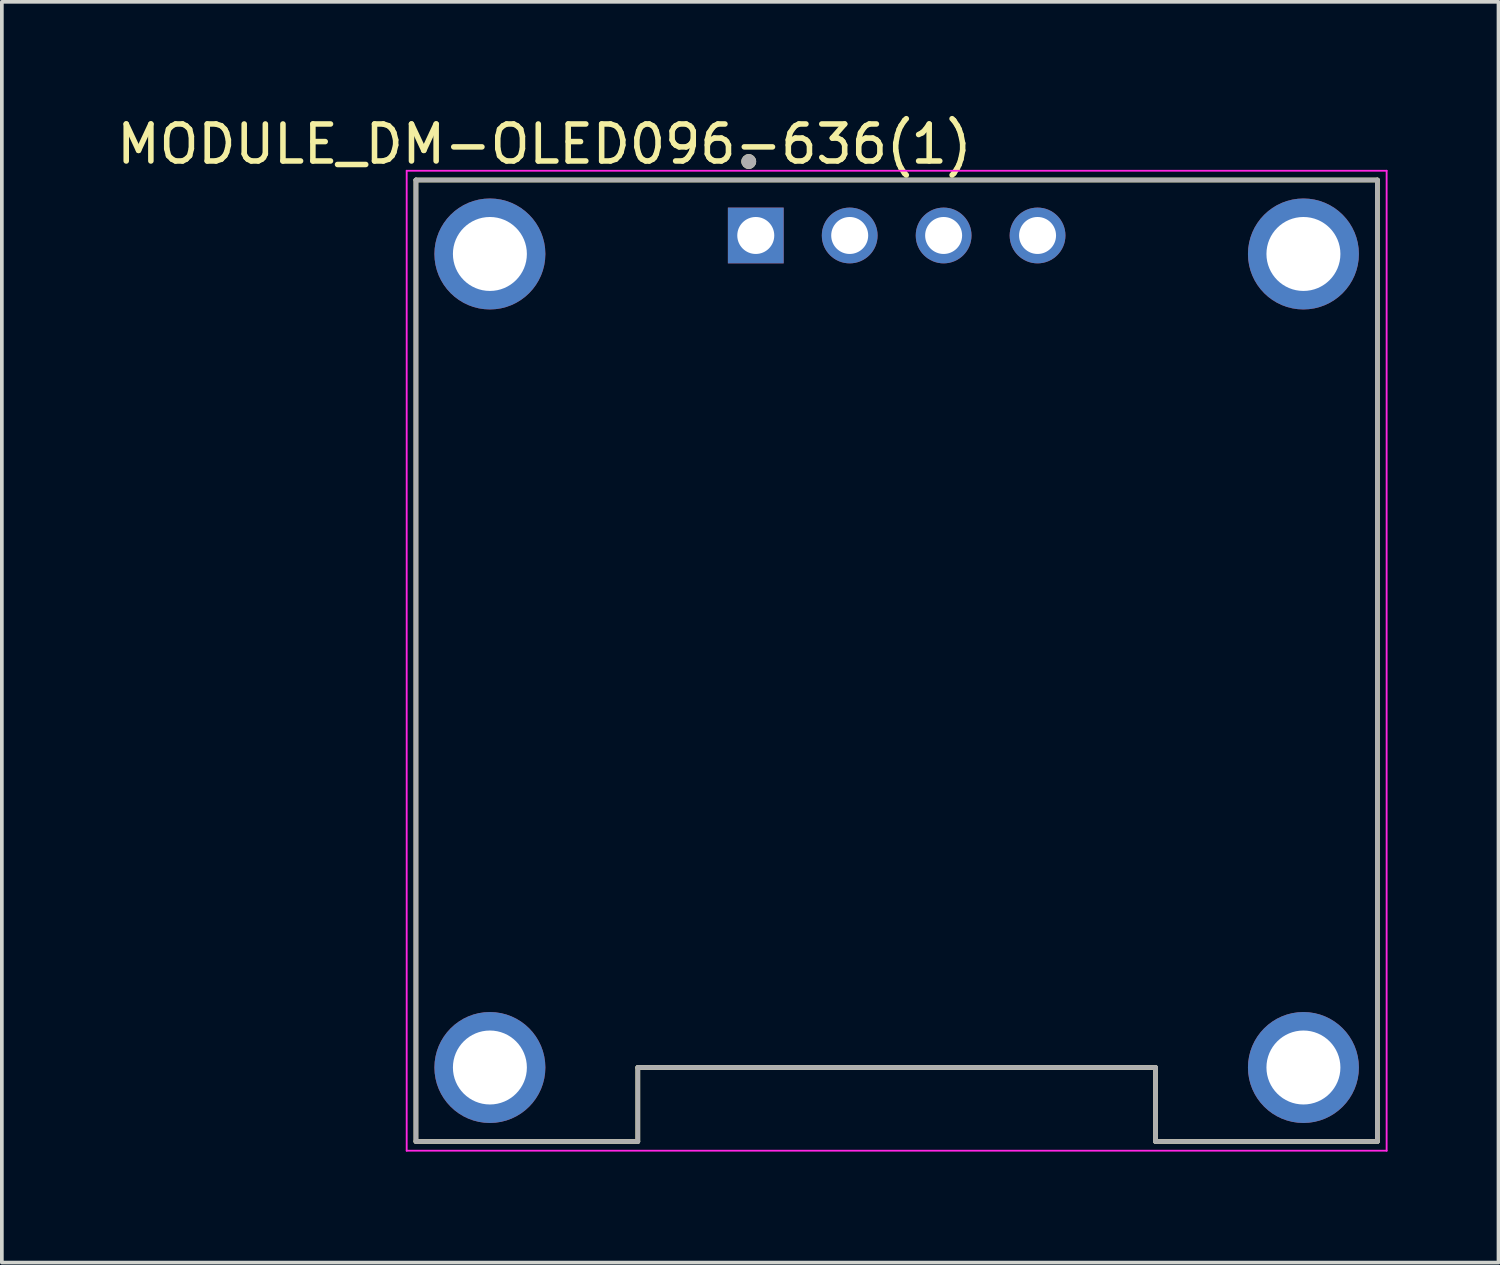
<source format=kicad_pcb>
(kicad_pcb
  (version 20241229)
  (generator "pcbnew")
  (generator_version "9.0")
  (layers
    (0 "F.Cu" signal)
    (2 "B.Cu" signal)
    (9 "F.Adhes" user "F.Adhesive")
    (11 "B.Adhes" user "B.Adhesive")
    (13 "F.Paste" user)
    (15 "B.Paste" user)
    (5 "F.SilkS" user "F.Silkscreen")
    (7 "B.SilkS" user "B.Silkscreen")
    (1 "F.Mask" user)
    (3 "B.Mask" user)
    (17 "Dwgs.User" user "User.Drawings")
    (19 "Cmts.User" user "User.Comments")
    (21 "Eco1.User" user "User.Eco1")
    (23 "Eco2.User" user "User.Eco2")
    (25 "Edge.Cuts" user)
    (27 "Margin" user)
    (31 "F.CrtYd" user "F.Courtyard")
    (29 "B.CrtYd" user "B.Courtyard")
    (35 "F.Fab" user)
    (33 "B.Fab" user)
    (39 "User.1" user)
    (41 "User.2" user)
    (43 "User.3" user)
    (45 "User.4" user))
  (footprint "MODULE_DM-OLED096-636(1)"
    (layer "F.Cu")
    (at 21.198 14.818)
    (property "Reference" "MODULE_DM-OLED096-636(1)" (at -9.525 -13.97 0) (layer "F.SilkS") (effects (font (size 1 1) (thickness 0.15))))
    (attr through_hole)
    (fp_line (start -13 -13) (end 13 -13) (stroke (width 0.127) (type solid)) (layer "F.SilkS"))
    (fp_line (start -13 13) (end -13 -13) (stroke (width 0.127) (type solid)) (layer "F.SilkS"))
    (fp_line (start -7 11) (end -7 13) (stroke (width 0.127) (type solid)) (layer "F.SilkS"))
    (fp_line (start -7 13) (end -13 13) (stroke (width 0.127) (type solid)) (layer "F.SilkS"))
    (fp_line (start 7 11) (end -7 11) (stroke (width 0.127) (type solid)) (layer "F.SilkS"))
    (fp_line (start 7 13) (end 7 11) (stroke (width 0.127) (type solid)) (layer "F.SilkS"))
    (fp_line (start 13 -13) (end 13 13) (stroke (width 0.127) (type solid)) (layer "F.SilkS"))
    (fp_line (start 13 13) (end 7 13) (stroke (width 0.127) (type solid)) (layer "F.SilkS"))
    (fp_circle (center -4 -13.5) (end -3.9 -13.5) (stroke (width 0.2) (type solid)) (fill no) (layer "F.SilkS"))
    (fp_line (start -13.25 -13.25) (end 13.25 -13.25) (stroke (width 0.05) (type solid)) (layer "F.CrtYd"))
    (fp_line (start -13.25 13.25) (end -13.25 -13.25) (stroke (width 0.05) (type solid)) (layer "F.CrtYd"))
    (fp_line (start 13.25 -13.25) (end 13.25 13.25) (stroke (width 0.05) (type solid)) (layer "F.CrtYd"))
    (fp_line (start 13.25 13.25) (end -13.25 13.25) (stroke (width 0.05) (type solid)) (layer "F.CrtYd"))
    (fp_line (start -13 -13) (end 13 -13) (stroke (width 0.127) (type solid)) (layer "F.Fab"))
    (fp_line (start -13 13) (end -13 -13) (stroke (width 0.127) (type solid)) (layer "F.Fab"))
    (fp_line (start -7 11) (end 7 11) (stroke (width 0.127) (type solid)) (layer "F.Fab"))
    (fp_line (start -7 13) (end -13 13) (stroke (width 0.127) (type solid)) (layer "F.Fab"))
    (fp_line (start -7 13) (end -7 11) (stroke (width 0.127) (type solid)) (layer "F.Fab"))
    (fp_line (start 7 11) (end 7 13) (stroke (width 0.127) (type solid)) (layer "F.Fab"))
    (fp_line (start 13 -13) (end 13 13) (stroke (width 0.127) (type solid)) (layer "F.Fab"))
    (fp_line (start 13 13) (end 7 13) (stroke (width 0.127) (type solid)) (layer "F.Fab"))
    (fp_circle (center -4 -13.5) (end -3.9 -13.5) (stroke (width 0.2) (type solid)) (fill no) (layer "F.Fab"))
    (pad "1" thru_hole rect (at -3.81 -11.5) (size 1.508 1.508) (drill 1) (layers "*.Cu" "*.Mask"))
    (pad "2" thru_hole circle (at -1.27 -11.5) (size 1.508 1.508) (drill 1) (layers "*.Cu" "*.Mask"))
    (pad "3" thru_hole circle (at 1.27 -11.5) (size 1.508 1.508) (drill 1) (layers "*.Cu" "*.Mask"))
    (pad "4" thru_hole circle (at 3.81 -11.5) (size 1.508 1.508) (drill 1) (layers "*.Cu" "*.Mask"))
    (pad "S1" thru_hole circle (at -11 -11) (size 3 3) (drill 2) (layers "*.Cu" "*.Mask"))
    (pad "S2" thru_hole circle (at 11 -11) (size 3 3) (drill 2) (layers "*.Cu" "*.Mask"))
    (pad "S3" thru_hole circle (at 11 11) (size 3 3) (drill 2) (layers "*.Cu" "*.Mask"))
    (pad "S4" thru_hole circle (at -11 11) (size 3 3) (drill 2) (layers "*.Cu" "*.Mask")))
  (gr_rect
    (start -3 -3)
    (end 37.473 31.093)
    (stroke (width 0.1) (type default))
    (fill no)
    (layer "Edge.Cuts")))
</source>
